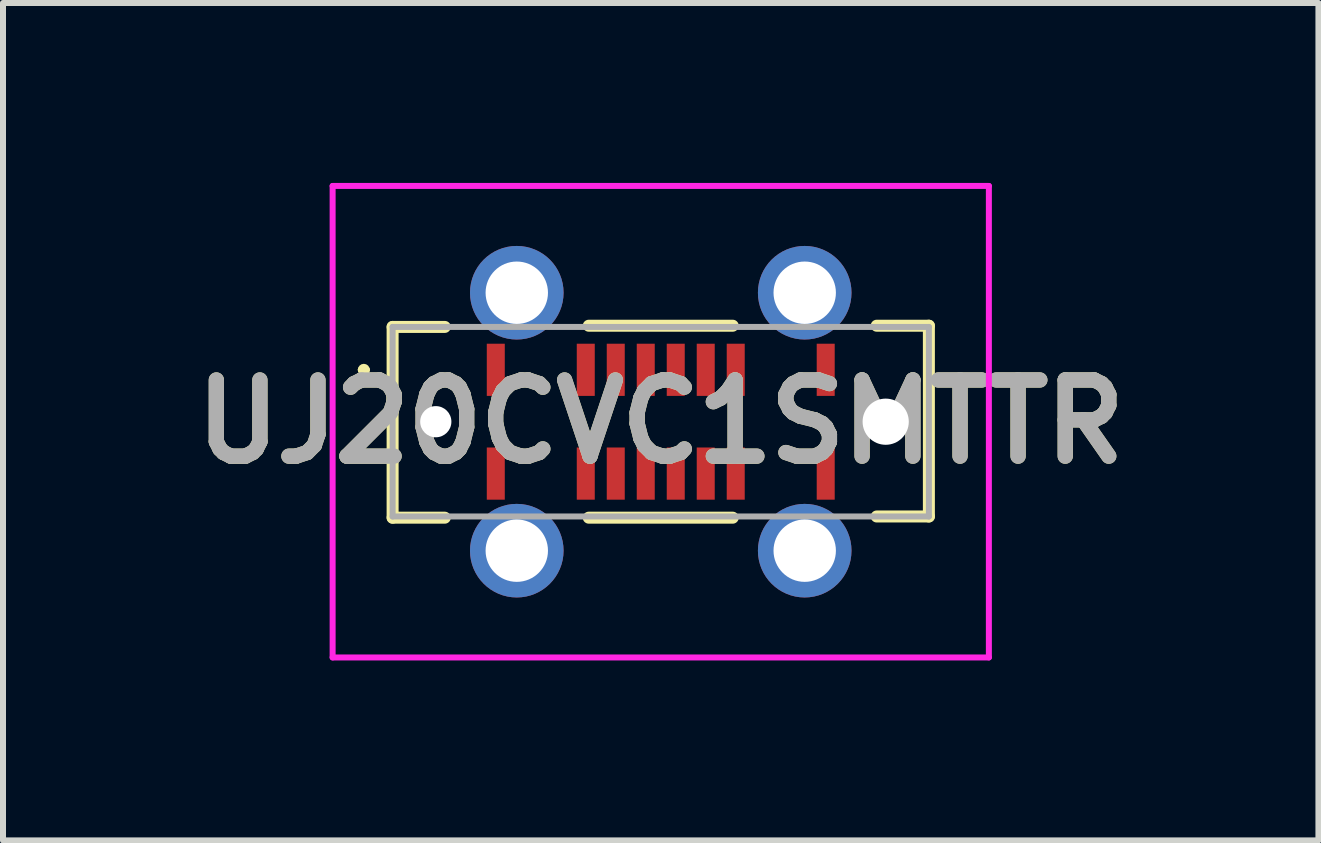
<source format=kicad_pcb>
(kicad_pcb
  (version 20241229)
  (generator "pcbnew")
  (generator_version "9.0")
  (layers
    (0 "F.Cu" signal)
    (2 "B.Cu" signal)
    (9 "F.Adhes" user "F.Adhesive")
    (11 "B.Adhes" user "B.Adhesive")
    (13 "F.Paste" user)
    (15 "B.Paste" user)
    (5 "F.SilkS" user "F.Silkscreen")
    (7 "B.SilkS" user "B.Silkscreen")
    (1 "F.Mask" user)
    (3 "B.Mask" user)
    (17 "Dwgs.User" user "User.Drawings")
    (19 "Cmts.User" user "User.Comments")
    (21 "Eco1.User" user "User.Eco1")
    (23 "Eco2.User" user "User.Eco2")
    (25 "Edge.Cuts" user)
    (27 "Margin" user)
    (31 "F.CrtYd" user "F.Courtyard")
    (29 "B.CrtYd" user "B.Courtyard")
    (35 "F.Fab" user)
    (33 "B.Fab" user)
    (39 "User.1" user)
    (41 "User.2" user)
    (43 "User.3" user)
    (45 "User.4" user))
  (footprint "UJ20CVC1SMTTR"
    (layer "F.Cu")
    (at 7.965 3.98)
    (property "Reference" "UJ20CVC1SMTTR" (at 0 0 0) (layer "F.SilkS") (effects (font (size 1.27 1.27) (thickness 0.254))))
    (attr through_hole)
    (fp_line (start -5 -0.865) (end -5 -0.865) (stroke (width 0.1) (type solid)) (layer "F.SilkS"))
    (fp_line (start -4.9 -0.865) (end -4.9 -0.865) (stroke (width 0.1) (type solid)) (layer "F.SilkS"))
    (fp_line (start -4.47 -1.58) (end -3.6 -1.58) (stroke (width 0.2) (type solid)) (layer "F.SilkS"))
    (fp_line (start -4.47 1.6) (end -4.47 -1.58) (stroke (width 0.2) (type solid)) (layer "F.SilkS"))
    (fp_line (start -3.6 1.6) (end -4.47 1.6) (stroke (width 0.2) (type solid)) (layer "F.SilkS"))
    (fp_line (start -1.2 -1.6) (end 1.2 -1.6) (stroke (width 0.2) (type solid)) (layer "F.SilkS"))
    (fp_line (start 1.2 1.6) (end -1.2 1.6) (stroke (width 0.2) (type solid)) (layer "F.SilkS"))
    (fp_line (start 3.6 -1.6) (end 4.47 -1.6) (stroke (width 0.2) (type solid)) (layer "F.SilkS"))
    (fp_line (start 4.47 -1.6) (end 4.47 1.58) (stroke (width 0.2) (type solid)) (layer "F.SilkS"))
    (fp_line (start 4.47 1.58) (end 3.6 1.58) (stroke (width 0.2) (type solid)) (layer "F.SilkS"))
    (fp_arc (start -5 -0.865) (mid -4.95 -0.915) (end -4.9 -0.865) (stroke (width 0.1) (type solid)) (layer "F.SilkS"))
    (fp_arc (start -4.9 -0.865) (mid -4.95 -0.815) (end -5 -0.865) (stroke (width 0.1) (type solid)) (layer "F.SilkS"))
    (fp_line (start -5.47 -3.93) (end 5.47 -3.93) (stroke (width 0.1) (type solid)) (layer "F.CrtYd"))
    (fp_line (start -5.47 3.93) (end -5.47 -3.93) (stroke (width 0.1) (type solid)) (layer "F.CrtYd"))
    (fp_line (start 5.47 -3.93) (end 5.47 3.93) (stroke (width 0.1) (type solid)) (layer "F.CrtYd"))
    (fp_line (start 5.47 3.93) (end -5.47 3.93) (stroke (width 0.1) (type solid)) (layer "F.CrtYd"))
    (fp_line (start -4.47 -1.58) (end 4.47 -1.58) (stroke (width 0.1) (type solid)) (layer "F.Fab"))
    (fp_line (start -4.47 1.58) (end -4.47 -1.58) (stroke (width 0.1) (type solid)) (layer "F.Fab"))
    (fp_line (start 4.47 -1.58) (end 4.47 1.58) (stroke (width 0.1) (type solid)) (layer "F.Fab"))
    (fp_line (start 4.47 1.58) (end -4.47 1.58) (stroke (width 0.1) (type solid)) (layer "F.Fab"))
    (fp_text user "${REFERENCE}" (at 0 0 0) (layer "F.Fab") (effects (font (size 1.27 1.27) (thickness 0.254))))
    (pad "" np_thru_hole circle (at -3.75 0) (size 0.52 0.52) (drill 0.52) (layers "*.Cu" "*.Mask"))
    (pad "" np_thru_hole circle (at 3.75 0) (size 0.77 0.77) (drill 0.77) (layers "*.Cu" "*.Mask"))
    (pad "1" thru_hole circle (at -2.4 -2.15) (size 1.56 1.56) (drill 1.04) (layers "*.Cu" "*.Mask"))
    (pad "2" thru_hole circle (at 2.4 -2.15) (size 1.56 1.56) (drill 1.04) (layers "*.Cu" "*.Mask"))
    (pad "3" thru_hole circle (at -2.4 2.15) (size 1.56 1.56) (drill 1.04) (layers "*.Cu" "*.Mask"))
    (pad "4" thru_hole circle (at 2.4 2.15) (size 1.56 1.56) (drill 1.04) (layers "*.Cu" "*.Mask"))
    (pad "A1" smd rect (at -2.75 -0.865) (size 0.3 0.87) (layers "F.Cu" "F.Mask" "F.Paste"))
    (pad "A4" smd rect (at -1.25 -0.865) (size 0.3 0.87) (layers "F.Cu" "F.Mask" "F.Paste"))
    (pad "A5" smd rect (at -0.75 -0.865) (size 0.3 0.87) (layers "F.Cu" "F.Mask" "F.Paste"))
    (pad "A6" smd rect (at -0.25 -0.865) (size 0.3 0.87) (layers "F.Cu" "F.Mask" "F.Paste"))
    (pad "A7" smd rect (at 0.25 -0.865) (size 0.3 0.87) (layers "F.Cu" "F.Mask" "F.Paste"))
    (pad "A8" smd rect (at 0.75 -0.865) (size 0.3 0.87) (layers "F.Cu" "F.Mask" "F.Paste"))
    (pad "A9" smd rect (at 1.25 -0.865) (size 0.3 0.87) (layers "F.Cu" "F.Mask" "F.Paste"))
    (pad "A12" smd rect (at 2.75 -0.865) (size 0.3 0.87) (layers "F.Cu" "F.Mask" "F.Paste"))
    (pad "B1" smd rect (at 2.75 0.865) (size 0.3 0.87) (layers "F.Cu" "F.Mask" "F.Paste"))
    (pad "B4" smd rect (at 1.25 0.865) (size 0.3 0.87) (layers "F.Cu" "F.Mask" "F.Paste"))
    (pad "B5" smd rect (at 0.75 0.865) (size 0.3 0.87) (layers "F.Cu" "F.Mask" "F.Paste"))
    (pad "B6" smd rect (at 0.25 0.865) (size 0.3 0.87) (layers "F.Cu" "F.Mask" "F.Paste"))
    (pad "B7" smd rect (at -0.25 0.865) (size 0.3 0.87) (layers "F.Cu" "F.Mask" "F.Paste"))
    (pad "B8" smd rect (at -0.75 0.865) (size 0.3 0.87) (layers "F.Cu" "F.Mask" "F.Paste"))
    (pad "B9" smd rect (at -1.25 0.865) (size 0.3 0.87) (layers "F.Cu" "F.Mask" "F.Paste"))
    (pad "B12" smd rect (at -2.75 0.865) (size 0.3 0.87) (layers "F.Cu" "F.Mask" "F.Paste")))
  (gr_rect
    (start -3 -3)
    (end 18.929 10.96)
    (stroke (width 0.1) (type default))
    (fill no)
    (layer "Edge.Cuts")))
</source>
